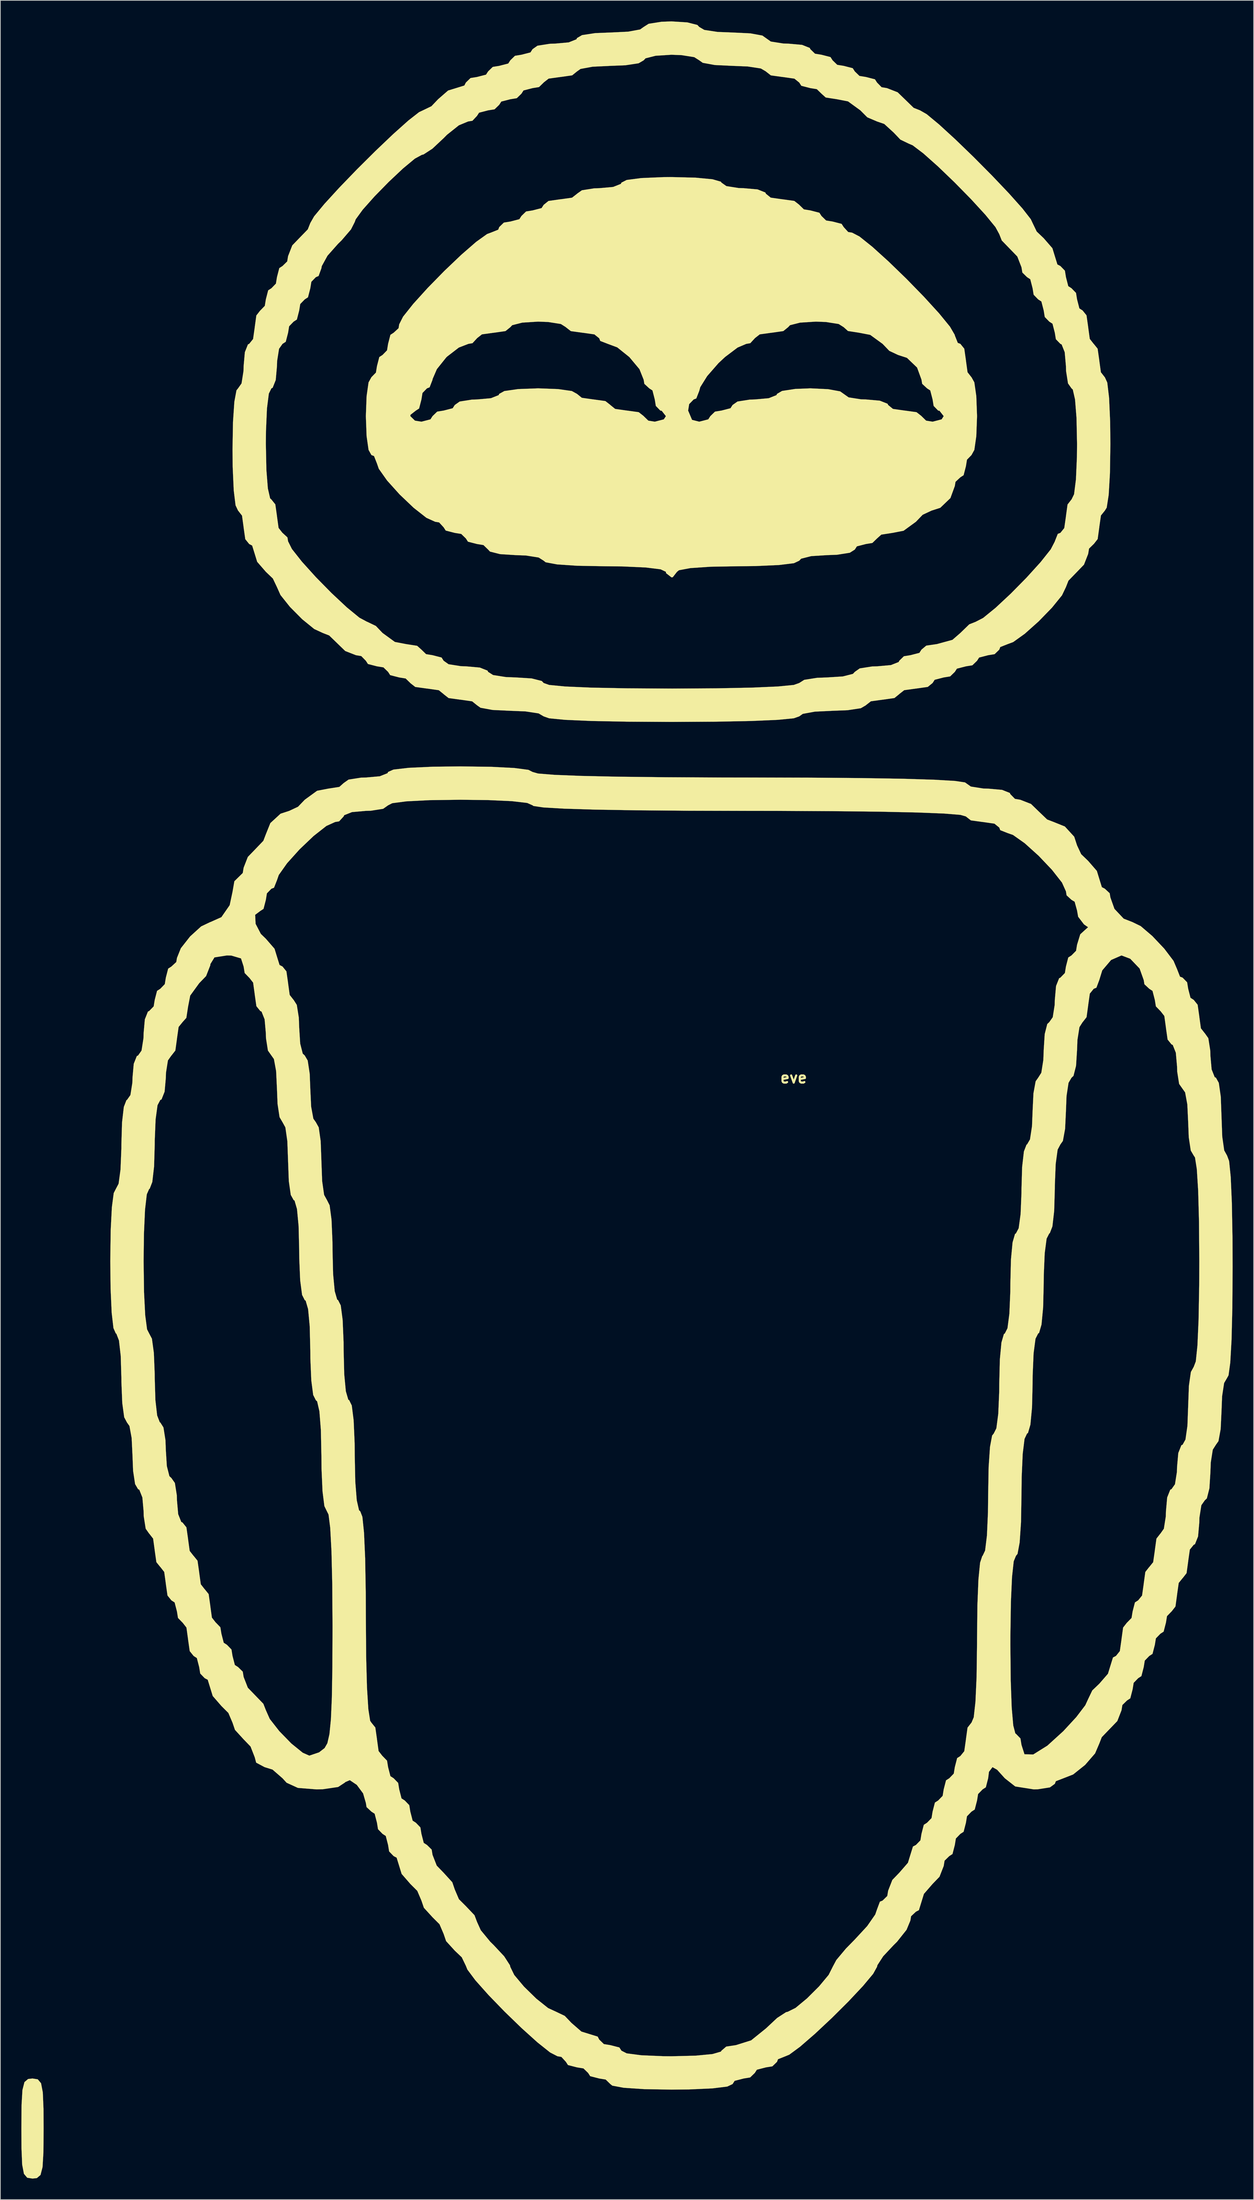
<source format=kicad_pcb>
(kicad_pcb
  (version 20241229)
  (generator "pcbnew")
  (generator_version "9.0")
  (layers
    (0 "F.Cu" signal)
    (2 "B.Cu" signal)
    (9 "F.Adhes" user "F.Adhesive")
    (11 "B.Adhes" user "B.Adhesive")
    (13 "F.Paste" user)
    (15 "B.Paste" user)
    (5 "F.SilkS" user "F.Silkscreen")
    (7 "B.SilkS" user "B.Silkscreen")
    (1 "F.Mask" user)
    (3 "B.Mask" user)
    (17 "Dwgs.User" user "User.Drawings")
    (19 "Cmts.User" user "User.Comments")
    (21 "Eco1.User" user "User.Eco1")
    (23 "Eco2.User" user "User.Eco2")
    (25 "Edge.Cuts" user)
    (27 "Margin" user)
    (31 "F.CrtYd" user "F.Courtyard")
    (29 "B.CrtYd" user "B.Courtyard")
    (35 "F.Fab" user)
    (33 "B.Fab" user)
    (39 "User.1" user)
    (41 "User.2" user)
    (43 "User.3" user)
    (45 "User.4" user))
  (footprint "eve"
    (layer "F.Cu")
    (at 110.336 150.817)
    (property "Reference" "eve" (at 0 0 0) (layer "F.SilkS") (effects (font (size 1.524 1.524) (thickness 0.3))))
    (attr through_hole)
    (fp_poly (pts (xy -107.99 142.994) (xy -107.521 143.554) (xy -107.271 144.856) (xy -107.172 147.202) (xy -107.156 150.019) (xy -107.183 153.413) (xy -107.307 155.522) (xy -107.596 156.648) (xy -108.118 157.093) (xy -108.744 157.162) (xy -109.498 157.043) (xy -109.967 156.484) (xy -110.217 155.182) (xy -110.316 152.835) (xy -110.331 150.019) (xy -110.305 146.625) (xy -110.18 144.516) (xy -109.891 143.39) (xy -109.37 142.944) (xy -108.744 142.875) (xy -107.99 142.994)) (stroke (width 0.01) (type solid)) (fill yes) (layer "F.SilkS"))
    (fp_poly (pts (xy -14.04 -128.504) (xy -11.598 -128.274) (xy -10.398 -127.925) (xy -10.319 -127.794) (xy -9.615 -127.297) (xy -7.855 -127.02) (xy -7.144 -127) (xy -5.156 -126.824) (xy -4.05 -126.384) (xy -3.969 -126.206) (xy -3.279 -125.649) (xy -1.617 -125.413) (xy -1.587 -125.412) (xy 0.084 -125.183) (xy 0.794 -124.629) (xy 0.794 -124.619) (xy 1.459 -123.974) (xy 2.381 -123.825) (xy 3.671 -123.493) (xy 3.969 -123.031) (xy 4.634 -122.386) (xy 5.556 -122.237) (xy 6.846 -121.905) (xy 7.144 -121.444) (xy 7.787 -120.741) (xy 8.346 -120.65) (xy 9.403 -120.1) (xy 11.233 -118.635) (xy 13.561 -116.529) (xy 16.111 -114.06) (xy 18.606 -111.502) (xy 20.772 -109.132) (xy 22.331 -107.225) (xy 23.01 -106.057) (xy 23.019 -105.977) (xy 23.444 -104.913) (xy 23.812 -104.775) (xy 24.37 -104.085) (xy 24.606 -102.423) (xy 24.606 -102.394) (xy 24.836 -100.722) (xy 25.39 -100.013) (xy 25.4 -100.013) (xy 25.807 -99.278) (xy 26.089 -97.311) (xy 26.194 -94.462) (xy 26.194 -94.456) (xy 26.089 -91.606) (xy 25.808 -89.637) (xy 25.401 -88.9) (xy 25.4 -88.9) (xy 24.755 -88.235) (xy 24.606 -87.312) (xy 24.274 -86.023) (xy 23.812 -85.725) (xy 23.117 -85.078) (xy 23.019 -84.478) (xy 22.391 -82.758) (xy 20.943 -81.371) (xy 19.679 -80.963) (xy 18.424 -80.374) (xy 17.462 -79.375) (xy 15.699 -78.093) (xy 14.112 -77.787) (xy 12.518 -77.541) (xy 11.906 -76.994) (xy 11.241 -76.349) (xy 10.319 -76.2) (xy 9.029 -75.868) (xy 8.731 -75.406) (xy 8.017 -74.953) (xy 6.192 -74.666) (xy 4.763 -74.612) (xy 2.499 -74.47) (xy 1.062 -74.105) (xy 0.794 -73.819) (xy 0.035 -73.461) (xy -2.107 -73.199) (xy -5.429 -73.051) (xy -7.938 -73.025) (xy -11.877 -72.956) (xy -14.76 -72.761) (xy -16.384 -72.459) (xy -16.669 -72.231) (xy -17.273 -71.461) (xy -17.462 -71.438) (xy -18.233 -72.042) (xy -18.256 -72.231) (xy -19.015 -72.589) (xy -21.157 -72.851) (xy -24.479 -72.999) (xy -26.988 -73.025) (xy -30.927 -73.094) (xy -33.81 -73.289) (xy -35.434 -73.591) (xy -35.719 -73.819) (xy -36.433 -74.272) (xy -38.258 -74.559) (xy -39.688 -74.612) (xy -41.951 -74.755) (xy -43.388 -75.12) (xy -43.656 -75.406) (xy -44.321 -76.051) (xy -45.244 -76.2) (xy -46.534 -76.532) (xy -46.831 -76.994) (xy -47.496 -77.639) (xy -48.419 -77.787) (xy -49.709 -78.12) (xy -50.006 -78.581) (xy -50.651 -79.282) (xy -51.218 -79.375) (xy -52.469 -79.94) (xy -54.293 -81.371) (xy -56.297 -83.277) (xy -58.088 -85.265) (xy -59.272 -86.94) (xy -59.531 -87.688) (xy -59.953 -88.758) (xy -60.325 -88.9) (xy -60.732 -89.634) (xy -61.014 -91.602) (xy -61.119 -94.451) (xy -61.119 -94.456) (xy -54.769 -94.456) (xy -54.104 -93.811) (xy -53.181 -93.662) (xy -51.891 -93.995) (xy -51.594 -94.456) (xy -50.929 -95.101) (xy -50.006 -95.25) (xy -48.716 -95.582) (xy -48.419 -96.044) (xy -47.715 -96.541) (xy -45.955 -96.817) (xy -45.244 -96.838) (xy -43.256 -97.014) (xy -42.15 -97.453) (xy -42.069 -97.631) (xy -41.335 -98.038) (xy -39.367 -98.32) (xy -36.518 -98.425) (xy -36.513 -98.425) (xy -33.662 -98.32) (xy -31.693 -98.039) (xy -30.956 -97.632) (xy -30.956 -97.631) (xy -30.267 -97.074) (xy -28.605 -96.838) (xy -28.575 -96.838) (xy -26.903 -96.608) (xy -26.194 -96.054) (xy -26.194 -96.044) (xy -25.504 -95.486) (xy -23.842 -95.25) (xy -23.812 -95.25) (xy -22.141 -95.02) (xy -21.431 -94.466) (xy -21.431 -94.456) (xy -20.766 -93.811) (xy -19.844 -93.662) (xy -18.554 -93.995) (xy -18.256 -94.456) (xy -18.86 -95.227) (xy -19.05 -95.25) (xy -15.081 -95.25) (xy -14.52 -93.923) (xy -13.494 -93.662) (xy -12.204 -93.995) (xy -11.906 -94.456) (xy -11.241 -95.101) (xy -10.319 -95.25) (xy -9.029 -95.582) (xy -8.731 -96.044) (xy -8.027 -96.541) (xy -6.268 -96.817) (xy -5.556 -96.838) (xy -3.568 -97.014) (xy -2.462 -97.453) (xy -2.381 -97.631) (xy -1.658 -98.054) (xy 0.23 -98.341) (xy 2.381 -98.425) (xy 4.918 -98.305) (xy 6.638 -97.99) (xy 7.144 -97.631) (xy 7.848 -97.134) (xy 9.607 -96.858) (xy 10.319 -96.838) (xy 12.307 -96.661) (xy 13.413 -96.222) (xy 13.494 -96.044) (xy 14.183 -95.486) (xy 15.845 -95.25) (xy 15.875 -95.25) (xy 17.547 -95.02) (xy 18.256 -94.466) (xy 18.256 -94.456) (xy 18.921 -93.811) (xy 19.844 -93.662) (xy 21.134 -93.995) (xy 21.431 -94.456) (xy 20.827 -95.227) (xy 20.637 -95.25) (xy 19.993 -95.915) (xy 19.844 -96.838) (xy 19.511 -98.127) (xy 19.05 -98.425) (xy 18.355 -99.072) (xy 18.256 -99.672) (xy 17.628 -101.392) (xy 16.18 -102.779) (xy 14.916 -103.188) (xy 13.661 -103.776) (xy 12.7 -104.775) (xy 10.936 -106.057) (xy 9.35 -106.362) (xy 7.755 -106.609) (xy 7.144 -107.156) (xy 6.43 -107.609) (xy 4.605 -107.896) (xy 3.175 -107.95) (xy 0.911 -107.807) (xy -0.526 -107.442) (xy -0.794 -107.156) (xy -1.483 -106.599) (xy -3.145 -106.363) (xy -3.175 -106.362) (xy -4.847 -106.133) (xy -5.556 -105.579) (xy -5.556 -105.569) (xy -6.201 -104.869) (xy -6.773 -104.775) (xy -8.017 -104.246) (xy -9.797 -102.904) (xy -10.742 -102.023) (xy -12.359 -100.173) (xy -13.348 -98.59) (xy -13.494 -98.055) (xy -13.914 -96.981) (xy -14.287 -96.838) (xy -14.932 -96.173) (xy -15.081 -95.25) (xy -19.05 -95.25) (xy -19.695 -95.915) (xy -19.844 -96.838) (xy -20.176 -98.127) (xy -20.637 -98.425) (xy -21.336 -99.07) (xy -21.431 -99.652) (xy -22.034 -101.162) (xy -23.476 -102.887) (xy -25.204 -104.273) (xy -26.555 -104.775) (xy -27.634 -105.193) (xy -27.781 -105.569) (xy -28.471 -106.126) (xy -30.133 -106.362) (xy -30.163 -106.362) (xy -31.834 -106.592) (xy -32.544 -107.146) (xy -32.544 -107.156) (xy -33.258 -107.609) (xy -35.083 -107.896) (xy -36.513 -107.95) (xy -38.776 -107.807) (xy -40.213 -107.442) (xy -40.481 -107.156) (xy -41.171 -106.599) (xy -42.833 -106.363) (xy -42.862 -106.362) (xy -44.534 -106.133) (xy -45.244 -105.579) (xy -45.244 -105.569) (xy -45.889 -104.87) (xy -46.47 -104.775) (xy -47.835 -104.248) (xy -49.504 -102.965) (xy -49.645 -102.827) (xy -50.975 -101.165) (xy -51.589 -99.744) (xy -51.594 -99.652) (xy -52.011 -98.572) (xy -52.388 -98.425) (xy -53.032 -97.76) (xy -53.181 -96.838) (xy -53.514 -95.548) (xy -53.975 -95.25) (xy -54.746 -94.646) (xy -54.769 -94.456) (xy -61.119 -94.456) (xy -61.014 -97.306) (xy -60.733 -99.276) (xy -60.326 -100.012) (xy -60.325 -100.013) (xy -59.68 -100.677) (xy -59.531 -101.6) (xy -59.199 -102.89) (xy -58.737 -103.188) (xy -58.093 -103.852) (xy -57.944 -104.775) (xy -57.611 -106.065) (xy -57.15 -106.362) (xy -56.448 -107.006) (xy -56.356 -107.566) (xy -55.805 -108.656) (xy -54.347 -110.488) (xy -52.279 -112.768) (xy -49.895 -115.2) (xy -47.49 -117.489) (xy -45.361 -119.339) (xy -43.801 -120.455) (xy -43.272 -120.65) (xy -42.208 -121.075) (xy -42.069 -121.444) (xy -41.404 -122.089) (xy -40.481 -122.237) (xy -39.191 -122.57) (xy -38.894 -123.031) (xy -38.229 -123.676) (xy -37.306 -123.825) (xy -36.016 -124.157) (xy -35.719 -124.619) (xy -35.029 -125.176) (xy -33.367 -125.412) (xy -33.337 -125.412) (xy -31.666 -125.642) (xy -30.956 -126.196) (xy -30.956 -126.206) (xy -30.252 -126.703) (xy -28.493 -126.98) (xy -27.781 -127) (xy -25.793 -127.176) (xy -24.687 -127.616) (xy -24.606 -127.794) (xy -23.857 -128.174) (xy -21.783 -128.445) (xy -18.644 -128.579) (xy -17.462 -128.588) (xy -14.04 -128.504)) (stroke (width 0.01) (type solid)) (fill yes) (layer "F.SilkS"))
    (fp_poly (pts (xy -15.199 -150.67) (xy -13.762 -150.305) (xy -13.494 -150.019) (xy -12.771 -149.596) (xy -10.882 -149.309) (xy -8.731 -149.225) (xy -6.194 -149.105) (xy -4.475 -148.79) (xy -3.969 -148.431) (xy -3.265 -147.934) (xy -1.505 -147.658) (xy -0.794 -147.637) (xy 1.194 -147.461) (xy 2.3 -147.022) (xy 2.381 -146.844) (xy 3.046 -146.199) (xy 3.969 -146.05) (xy 5.259 -145.718) (xy 5.556 -145.256) (xy 6.221 -144.611) (xy 7.144 -144.463) (xy 8.434 -144.13) (xy 8.731 -143.669) (xy 9.396 -143.024) (xy 10.319 -142.875) (xy 11.609 -142.543) (xy 11.906 -142.081) (xy 12.563 -141.412) (xy 13.319 -141.287) (xy 14.853 -140.689) (xy 15.875 -139.7) (xy 17.14 -138.47) (xy 18.045 -138.113) (xy 18.998 -137.568) (xy 20.761 -136.108) (xy 23.075 -133.99) (xy 25.683 -131.472) (xy 28.324 -128.813) (xy 30.742 -126.272) (xy 32.678 -124.106) (xy 33.873 -122.574) (xy 34.131 -122.026) (xy 34.718 -120.809) (xy 35.719 -119.856) (xy 36.959 -118.43) (xy 37.306 -117.3) (xy 37.675 -116.108) (xy 38.1 -115.888) (xy 38.745 -115.223) (xy 38.894 -114.3) (xy 39.226 -113.01) (xy 39.688 -112.713) (xy 40.332 -112.048) (xy 40.481 -111.125) (xy 40.814 -109.835) (xy 41.275 -109.537) (xy 41.832 -108.848) (xy 42.069 -107.186) (xy 42.069 -107.156) (xy 42.299 -105.484) (xy 42.853 -104.775) (xy 42.862 -104.775) (xy 43.42 -104.085) (xy 43.656 -102.423) (xy 43.656 -102.394) (xy 43.886 -100.722) (xy 44.44 -100.013) (xy 44.45 -100.013) (xy 44.798 -99.25) (xy 45.056 -97.083) (xy 45.208 -93.694) (xy 45.244 -90.487) (xy 45.18 -86.306) (xy 45 -83.213) (xy 44.717 -81.389) (xy 44.45 -80.963) (xy 43.893 -80.273) (xy 43.656 -78.611) (xy 43.656 -78.581) (xy 43.426 -76.909) (xy 42.872 -76.2) (xy 42.862 -76.2) (xy 42.193 -75.544) (xy 42.069 -74.788) (xy 41.47 -73.253) (xy 40.481 -72.231) (xy 39.251 -70.962) (xy 38.894 -70.051) (xy 38.33 -68.872) (xy 36.9 -67.112) (xy 34.998 -65.156) (xy 33.018 -63.39) (xy 31.353 -62.198) (xy 30.58 -61.913) (xy 29.511 -61.49) (xy 29.369 -61.119) (xy 28.704 -60.474) (xy 27.781 -60.325) (xy 26.491 -59.993) (xy 26.194 -59.531) (xy 25.529 -58.886) (xy 24.606 -58.737) (xy 23.316 -58.405) (xy 23.019 -57.944) (xy 22.354 -57.299) (xy 21.431 -57.15) (xy 20.141 -56.818) (xy 19.844 -56.356) (xy 19.154 -55.799) (xy 17.492 -55.563) (xy 17.462 -55.562) (xy 15.791 -55.333) (xy 15.081 -54.779) (xy 15.081 -54.769) (xy 14.392 -54.211) (xy 12.73 -53.975) (xy 12.7 -53.975) (xy 11.028 -53.745) (xy 10.319 -53.191) (xy 10.319 -53.181) (xy 9.596 -52.758) (xy 7.707 -52.472) (xy 5.556 -52.388) (xy 3.019 -52.267) (xy 1.3 -51.952) (xy 0.794 -51.594) (xy 0.013 -51.317) (xy -2.278 -51.096) (xy -6.003 -50.934) (xy -11.087 -50.834) (xy -17.453 -50.8) (xy -17.462 -50.8) (xy -23.83 -50.834) (xy -28.915 -50.934) (xy -32.643 -51.096) (xy -34.936 -51.317) (xy -35.719 -51.593) (xy -35.719 -51.594) (xy -36.442 -52.017) (xy -38.33 -52.303) (xy -40.481 -52.388) (xy -43.018 -52.508) (xy -44.738 -52.823) (xy -45.244 -53.181) (xy -45.933 -53.739) (xy -47.595 -53.975) (xy -47.625 -53.975) (xy -49.297 -54.205) (xy -50.006 -54.759) (xy -50.006 -54.769) (xy -50.696 -55.326) (xy -52.358 -55.562) (xy -52.388 -55.562) (xy -54.059 -55.792) (xy -54.769 -56.346) (xy -54.769 -56.356) (xy -55.434 -57.001) (xy -56.356 -57.15) (xy -57.646 -57.482) (xy -57.944 -57.944) (xy -58.609 -58.589) (xy -59.531 -58.737) (xy -60.821 -59.07) (xy -61.119 -59.531) (xy -61.775 -60.201) (xy -62.531 -60.325) (xy -64.066 -60.924) (xy -65.088 -61.913) (xy -66.359 -63.143) (xy -67.274 -63.5) (xy -68.493 -64.063) (xy -70.206 -65.454) (xy -71.964 -67.222) (xy -73.317 -68.918) (xy -73.819 -70.045) (xy -74.406 -71.276) (xy -75.406 -72.231) (xy -76.646 -73.658) (xy -76.994 -74.788) (xy -77.363 -75.979) (xy -77.787 -76.2) (xy -78.345 -76.89) (xy -78.581 -78.552) (xy -78.581 -78.581) (xy -78.811 -80.253) (xy -79.365 -80.962) (xy -79.375 -80.963) (xy -79.733 -81.721) (xy -79.995 -83.863) (xy -80.143 -87.185) (xy -80.169 -89.694) (xy -80.155 -90.487) (xy -75.406 -90.487) (xy -75.331 -86.8) (xy -75.12 -84.134) (xy -74.796 -82.718) (xy -74.612 -82.55) (xy -74.055 -81.86) (xy -73.819 -80.198) (xy -73.819 -80.169) (xy -73.589 -78.497) (xy -73.035 -77.788) (xy -73.025 -77.787) (xy -72.323 -77.144) (xy -72.231 -76.582) (xy -71.685 -75.491) (xy -70.258 -73.683) (xy -68.265 -71.478) (xy -66.021 -69.196) (xy -63.841 -67.157) (xy -62.041 -65.681) (xy -60.935 -65.088) (xy -60.912 -65.088) (xy -59.691 -64.501) (xy -58.737 -63.5) (xy -56.974 -62.218) (xy -55.387 -61.913) (xy -53.793 -61.666) (xy -53.181 -61.119) (xy -52.516 -60.474) (xy -51.594 -60.325) (xy -50.304 -59.993) (xy -50.006 -59.531) (xy -49.302 -59.034) (xy -47.543 -58.758) (xy -46.831 -58.737) (xy -44.843 -58.561) (xy -43.737 -58.122) (xy -43.656 -57.944) (xy -42.942 -57.491) (xy -41.117 -57.204) (xy -39.688 -57.15) (xy -37.424 -57.007) (xy -35.987 -56.642) (xy -35.719 -56.356) (xy -34.938 -56.079) (xy -32.647 -55.858) (xy -28.922 -55.696) (xy -23.838 -55.597) (xy -17.472 -55.563) (xy -17.462 -55.562) (xy -11.095 -55.596) (xy -6.01 -55.696) (xy -2.282 -55.858) (xy 0.011 -56.079) (xy 0.794 -56.356) (xy 0.794 -56.356) (xy 1.508 -56.809) (xy 3.333 -57.096) (xy 4.763 -57.15) (xy 7.026 -57.293) (xy 8.463 -57.658) (xy 8.731 -57.944) (xy 9.435 -58.441) (xy 11.195 -58.717) (xy 11.906 -58.737) (xy 13.894 -58.914) (xy 15 -59.353) (xy 15.081 -59.531) (xy 15.746 -60.176) (xy 16.669 -60.325) (xy 17.959 -60.657) (xy 18.256 -61.119) (xy 18.942 -61.693) (xy 20.462 -61.913) (xy 22.679 -62.517) (xy 23.812 -63.5) (xy 25.08 -64.73) (xy 25.987 -65.088) (xy 27.061 -65.642) (xy 28.841 -67.091) (xy 31.013 -69.115) (xy 33.26 -71.394) (xy 35.268 -73.608) (xy 36.722 -75.436) (xy 37.305 -76.559) (xy 37.306 -76.582) (xy 37.73 -77.648) (xy 38.1 -77.787) (xy 38.657 -78.477) (xy 38.894 -80.139) (xy 38.894 -80.169) (xy 39.124 -81.841) (xy 39.678 -82.55) (xy 39.688 -82.55) (xy 40.056 -83.305) (xy 40.323 -85.416) (xy 40.464 -88.656) (xy 40.481 -90.487) (xy 40.406 -94.175) (xy 40.195 -96.841) (xy 39.871 -98.257) (xy 39.688 -98.425) (xy 39.19 -99.129) (xy 38.914 -100.888) (xy 38.894 -101.6) (xy 38.718 -103.588) (xy 38.278 -104.694) (xy 38.1 -104.775) (xy 37.455 -105.44) (xy 37.306 -106.362) (xy 36.974 -107.652) (xy 36.513 -107.95) (xy 35.868 -108.615) (xy 35.719 -109.537) (xy 35.386 -110.827) (xy 34.925 -111.125) (xy 34.28 -111.79) (xy 34.131 -112.713) (xy 33.799 -114.002) (xy 33.337 -114.3) (xy 32.668 -114.956) (xy 32.544 -115.712) (xy 31.945 -117.247) (xy 30.956 -118.269) (xy 29.726 -119.535) (xy 29.369 -120.441) (xy 28.823 -121.444) (xy 27.381 -123.206) (xy 25.337 -125.432) (xy 22.983 -127.83) (xy 20.613 -130.106) (xy 18.521 -131.967) (xy 16.999 -133.12) (xy 16.46 -133.35) (xy 15.241 -133.937) (xy 14.287 -134.938) (xy 12.935 -136.173) (xy 11.906 -136.525) (xy 10.516 -137.118) (xy 9.525 -138.113) (xy 7.761 -139.394) (xy 6.175 -139.7) (xy 4.58 -139.947) (xy 3.969 -140.494) (xy 3.304 -141.139) (xy 2.381 -141.287) (xy 1.091 -141.62) (xy 0.794 -142.081) (xy 0.104 -142.639) (xy -1.558 -142.875) (xy -1.587 -142.875) (xy -3.259 -143.105) (xy -3.969 -143.659) (xy -3.969 -143.669) (xy -4.692 -144.092) (xy -6.58 -144.378) (xy -8.731 -144.463) (xy -11.268 -144.583) (xy -12.988 -144.898) (xy -13.494 -145.256) (xy -14.208 -145.709) (xy -16.033 -145.996) (xy -17.462 -146.05) (xy -19.726 -145.907) (xy -21.163 -145.542) (xy -21.431 -145.256) (xy -22.154 -144.833) (xy -24.043 -144.547) (xy -26.194 -144.463) (xy -28.731 -144.342) (xy -30.45 -144.027) (xy -30.956 -143.669) (xy -31.646 -143.111) (xy -33.308 -142.875) (xy -33.337 -142.875) (xy -35.009 -142.645) (xy -35.719 -142.091) (xy -35.719 -142.081) (xy -36.384 -141.436) (xy -37.306 -141.287) (xy -38.596 -140.955) (xy -38.894 -140.494) (xy -39.559 -139.849) (xy -40.481 -139.7) (xy -41.771 -139.368) (xy -42.069 -138.906) (xy -42.734 -138.261) (xy -43.656 -138.113) (xy -44.946 -137.78) (xy -45.244 -137.319) (xy -45.892 -136.627) (xy -46.513 -136.525) (xy -47.828 -135.98) (xy -49.533 -134.623) (xy -50.006 -134.144) (xy -51.609 -132.642) (xy -52.88 -131.817) (xy -53.12 -131.762) (xy -54.117 -131.219) (xy -55.806 -129.819) (xy -57.841 -127.906) (xy -59.877 -125.828) (xy -61.569 -123.928) (xy -62.571 -122.552) (xy -62.706 -122.176) (xy -63.243 -121.114) (xy -64.58 -119.557) (xy -65.088 -119.062) (xy -66.6 -117.359) (xy -67.42 -115.87) (xy -67.469 -115.569) (xy -67.874 -114.463) (xy -68.263 -114.3) (xy -68.907 -113.635) (xy -69.056 -112.713) (xy -69.389 -111.423) (xy -69.85 -111.125) (xy -70.495 -110.46) (xy -70.644 -109.537) (xy -70.976 -108.248) (xy -71.438 -107.95) (xy -72.082 -107.285) (xy -72.231 -106.362) (xy -72.564 -105.073) (xy -73.025 -104.775) (xy -73.522 -104.071) (xy -73.799 -102.312) (xy -73.819 -101.6) (xy -73.995 -99.612) (xy -74.435 -98.506) (xy -74.612 -98.425) (xy -74.981 -97.67) (xy -75.248 -95.559) (xy -75.389 -92.319) (xy -75.406 -90.487) (xy -80.155 -90.487) (xy -80.1 -93.633) (xy -79.905 -96.516) (xy -79.603 -98.14) (xy -79.375 -98.425) (xy -78.878 -99.129) (xy -78.601 -100.888) (xy -78.581 -101.6) (xy -78.405 -103.588) (xy -77.965 -104.694) (xy -77.787 -104.775) (xy -77.23 -105.465) (xy -76.994 -107.127) (xy -76.994 -107.156) (xy -76.764 -108.828) (xy -76.21 -109.537) (xy -76.2 -109.537) (xy -75.555 -110.202) (xy -75.406 -111.125) (xy -75.074 -112.415) (xy -74.612 -112.713) (xy -73.968 -113.377) (xy -73.819 -114.3) (xy -73.486 -115.59) (xy -73.025 -115.888) (xy -72.355 -116.544) (xy -72.231 -117.3) (xy -71.632 -118.834) (xy -70.644 -119.856) (xy -69.414 -121.122) (xy -69.056 -122.026) (xy -68.512 -122.979) (xy -67.052 -124.742) (xy -64.933 -127.057) (xy -62.416 -129.664) (xy -59.757 -132.306) (xy -57.215 -134.724) (xy -55.049 -136.659) (xy -53.518 -137.855) (xy -52.97 -138.113) (xy -51.753 -138.699) (xy -50.8 -139.7) (xy -49.374 -140.94) (xy -48.244 -141.287) (xy -47.052 -141.656) (xy -46.831 -142.081) (xy -46.166 -142.726) (xy -45.244 -142.875) (xy -43.954 -143.207) (xy -43.656 -143.669) (xy -42.991 -144.314) (xy -42.069 -144.463) (xy -40.779 -144.795) (xy -40.481 -145.256) (xy -39.816 -145.901) (xy -38.894 -146.05) (xy -37.604 -146.382) (xy -37.306 -146.844) (xy -36.602 -147.341) (xy -34.843 -147.617) (xy -34.131 -147.637) (xy -32.143 -147.814) (xy -31.037 -148.253) (xy -30.956 -148.431) (xy -30.233 -148.854) (xy -28.345 -149.141) (xy -26.194 -149.225) (xy -23.657 -149.345) (xy -21.937 -149.66) (xy -21.431 -150.019) (xy -20.717 -150.472) (xy -18.892 -150.759) (xy -17.462 -150.812) (xy -15.199 -150.67)) (stroke (width 0.01) (type solid)) (fill yes) (layer "F.SilkS"))
    (fp_poly (pts (xy -43.212 -44.391) (xy -39.914 -44.223) (xy -37.895 -43.958) (xy -37.306 -43.656) (xy -36.519 -43.432) (xy -34.18 -43.244) (xy -30.327 -43.092) (xy -24.996 -42.978) (xy -18.223 -42.902) (xy -10.044 -42.866) (xy -6.35 -42.862) (xy 2.387 -42.842) (xy 9.732 -42.782) (xy 15.65 -42.684) (xy 20.104 -42.547) (xy 23.059 -42.373) (xy 24.477 -42.163) (xy 24.606 -42.069) (xy 25.31 -41.572) (xy 27.07 -41.295) (xy 27.781 -41.275) (xy 29.769 -41.099) (xy 30.875 -40.659) (xy 30.956 -40.481) (xy 31.613 -39.812) (xy 32.369 -39.688) (xy 33.903 -39.089) (xy 34.925 -38.1) (xy 36.209 -36.869) (xy 37.141 -36.513) (xy 38.739 -35.869) (xy 40.076 -34.413) (xy 40.481 -33.173) (xy 41.069 -31.917) (xy 42.069 -30.956) (xy 43.309 -29.53) (xy 43.656 -28.4) (xy 44.025 -27.208) (xy 44.45 -26.988) (xy 45.145 -26.341) (xy 45.244 -25.74) (xy 45.824 -24.109) (xy 47.146 -22.709) (xy 48.389 -22.225) (xy 49.572 -21.651) (xy 51.234 -20.233) (xy 52.943 -18.427) (xy 54.265 -16.687) (xy 54.769 -15.505) (xy 55.189 -14.431) (xy 55.562 -14.287) (xy 56.207 -13.623) (xy 56.356 -12.7) (xy 56.689 -11.41) (xy 57.15 -11.113) (xy 57.707 -10.423) (xy 57.944 -8.761) (xy 57.944 -8.731) (xy 58.174 -7.059) (xy 58.728 -6.35) (xy 58.737 -6.35) (xy 59.235 -5.646) (xy 59.511 -3.887) (xy 59.531 -3.175) (xy 59.707 -1.187) (xy 60.147 -0.081) (xy 60.325 0) (xy 60.732 0.734) (xy 61.014 2.702) (xy 61.119 5.551) (xy 61.119 5.556) (xy 61.224 8.406) (xy 61.505 10.376) (xy 61.912 11.112) (xy 61.913 11.113) (xy 62.204 11.89) (xy 62.434 14.162) (xy 62.596 17.837) (xy 62.688 22.82) (xy 62.706 26.988) (xy 62.667 32.824) (xy 62.554 37.414) (xy 62.37 40.666) (xy 62.121 42.488) (xy 61.913 42.862) (xy 61.49 43.585) (xy 61.203 45.474) (xy 61.119 47.625) (xy 60.998 50.162) (xy 60.683 51.882) (xy 60.325 52.388) (xy 59.872 53.101) (xy 59.585 54.927) (xy 59.531 56.356) (xy 59.388 58.62) (xy 59.023 60.057) (xy 58.737 60.325) (xy 58.24 61.029) (xy 57.964 62.788) (xy 57.944 63.5) (xy 57.768 65.488) (xy 57.328 66.594) (xy 57.15 66.675) (xy 56.593 67.365) (xy 56.356 69.027) (xy 56.356 69.056) (xy 56.126 70.728) (xy 55.572 71.437) (xy 55.562 71.438) (xy 55.005 72.127) (xy 54.769 73.789) (xy 54.769 73.819) (xy 54.539 75.491) (xy 53.985 76.2) (xy 53.975 76.2) (xy 53.33 76.865) (xy 53.181 77.787) (xy 52.849 79.077) (xy 52.388 79.375) (xy 51.743 80.04) (xy 51.594 80.963) (xy 51.261 82.252) (xy 50.8 82.55) (xy 50.155 83.215) (xy 50.006 84.138) (xy 49.674 85.427) (xy 49.212 85.725) (xy 48.568 86.39) (xy 48.419 87.312) (xy 48.086 88.602) (xy 47.625 88.9) (xy 46.955 89.556) (xy 46.831 90.312) (xy 46.232 91.847) (xy 45.244 92.869) (xy 44.013 94.145) (xy 43.656 95.064) (xy 43.058 96.462) (xy 41.63 98.108) (xy 39.925 99.469) (xy 38.533 100.013) (xy 37.454 100.43) (xy 37.306 100.806) (xy 36.605 101.315) (xy 34.864 101.586) (xy 34.306 101.6) (xy 31.651 101.181) (xy 30.163 100.013) (xy 29.061 98.794) (xy 28.4 98.425) (xy 27.897 99.091) (xy 27.781 100.013) (xy 27.449 101.302) (xy 26.988 101.6) (xy 26.343 102.265) (xy 26.194 103.188) (xy 25.861 104.477) (xy 25.4 104.775) (xy 24.755 105.44) (xy 24.606 106.362) (xy 24.274 107.652) (xy 23.812 107.95) (xy 23.168 108.615) (xy 23.019 109.537) (xy 22.686 110.827) (xy 22.225 111.125) (xy 21.555 111.781) (xy 21.431 112.537) (xy 20.832 114.072) (xy 19.844 115.094) (xy 18.604 116.52) (xy 18.256 117.65) (xy 17.887 118.842) (xy 17.462 119.062) (xy 16.771 119.711) (xy 16.669 120.332) (xy 16.123 121.647) (xy 14.766 123.352) (xy 14.287 123.825) (xy 12.786 125.427) (xy 11.961 126.695) (xy 11.906 126.934) (xy 11.354 127.931) (xy 9.895 129.675) (xy 7.826 131.876) (xy 5.443 134.245) (xy 3.042 136.494) (xy 0.921 138.332) (xy -0.626 139.471) (xy -1.178 139.7) (xy -2.242 140.125) (xy -2.381 140.494) (xy -3.046 141.139) (xy -3.969 141.287) (xy -5.259 141.62) (xy -5.556 142.081) (xy -6.221 142.726) (xy -7.144 142.875) (xy -8.434 143.207) (xy -8.731 143.669) (xy -9.49 144.027) (xy -11.632 144.289) (xy -14.954 144.437) (xy -17.462 144.463) (xy -21.402 144.393) (xy -24.285 144.199) (xy -25.909 143.897) (xy -26.194 143.669) (xy -26.859 143.024) (xy -27.781 142.875) (xy -29.071 142.543) (xy -29.369 142.081) (xy -30.034 141.436) (xy -30.956 141.287) (xy -32.246 140.955) (xy -32.544 140.494) (xy -33.188 139.792) (xy -33.747 139.7) (xy -34.8 139.156) (xy -36.608 137.717) (xy -38.874 135.676) (xy -41.304 133.324) (xy -43.602 130.954) (xy -45.471 128.858) (xy -46.615 127.326) (xy -46.831 126.791) (xy -47.418 125.572) (xy -48.419 124.619) (xy -49.654 123.266) (xy -50.006 122.237) (xy -50.6 120.847) (xy -51.594 119.856) (xy -52.829 118.504) (xy -53.181 117.475) (xy -53.775 116.085) (xy -54.769 115.094) (xy -56.009 113.667) (xy -56.356 112.537) (xy -56.725 111.346) (xy -57.15 111.125) (xy -57.795 110.46) (xy -57.944 109.537) (xy -58.276 108.248) (xy -58.737 107.95) (xy -59.382 107.285) (xy -59.531 106.362) (xy -59.864 105.073) (xy -60.325 104.775) (xy -61.02 104.128) (xy -61.119 103.528) (xy -61.514 102.172) (xy -62.418 100.953) (xy -63.414 100.282) (xy -64.08 100.568) (xy -64.098 100.615) (xy -65.082 101.259) (xy -67.282 101.58) (xy -68.153 101.6) (xy -70.824 101.389) (xy -72.443 100.65) (xy -73.025 100.013) (xy -74.451 98.773) (xy -75.581 98.425) (xy -76.789 97.783) (xy -76.994 97.013) (xy -77.593 95.478) (xy -78.581 94.456) (xy -79.817 93.104) (xy -80.169 92.075) (xy -80.762 90.685) (xy -81.756 89.694) (xy -82.996 88.267) (xy -83.344 87.137) (xy -83.713 85.946) (xy -84.138 85.725) (xy -84.782 85.06) (xy -84.931 84.138) (xy -85.264 82.848) (xy -85.725 82.55) (xy -86.282 81.86) (xy -86.519 80.198) (xy -86.519 80.169) (xy -86.749 78.497) (xy -87.303 77.788) (xy -87.312 77.787) (xy -87.957 77.123) (xy -88.106 76.2) (xy -88.439 74.91) (xy -88.9 74.612) (xy -89.457 73.923) (xy -89.694 72.261) (xy -89.694 72.231) (xy -89.924 70.559) (xy -90.478 69.85) (xy -90.487 69.85) (xy -91.045 69.16) (xy -91.281 67.498) (xy -91.281 67.469) (xy -91.511 65.797) (xy -92.065 65.088) (xy -92.075 65.088) (xy -92.572 64.383) (xy -92.849 62.624) (xy -92.869 61.913) (xy -93.045 59.924) (xy -93.485 58.818) (xy -93.662 58.737) (xy -94.085 58.015) (xy -94.372 56.126) (xy -94.456 53.975) (xy -94.577 51.438) (xy -94.892 49.718) (xy -95.25 49.212) (xy -95.643 48.47) (xy -95.919 46.442) (xy -96.041 43.431) (xy -96.044 42.862) (xy -96.137 39.718) (xy -96.39 37.508) (xy -96.766 36.534) (xy -96.838 36.513) (xy -97.177 35.747) (xy -97.431 33.559) (xy -97.586 30.113) (xy -97.631 26.194) (xy -92.869 26.194) (xy -92.81 30.607) (xy -92.642 33.905) (xy -92.376 35.924) (xy -92.075 36.513) (xy -91.682 37.255) (xy -91.406 39.283) (xy -91.284 42.294) (xy -91.281 42.862) (xy -91.188 46.007) (xy -90.935 48.217) (xy -90.559 49.191) (xy -90.487 49.212) (xy -90.035 49.926) (xy -89.747 51.752) (xy -89.694 53.181) (xy -89.551 55.445) (xy -89.186 56.882) (xy -88.9 57.15) (xy -88.403 57.854) (xy -88.126 59.613) (xy -88.106 60.325) (xy -87.93 62.313) (xy -87.49 63.419) (xy -87.312 63.5) (xy -86.755 64.19) (xy -86.519 65.852) (xy -86.519 65.881) (xy -86.289 67.553) (xy -85.735 68.262) (xy -85.725 68.263) (xy -85.168 68.952) (xy -84.931 70.614) (xy -84.931 70.644) (xy -84.701 72.316) (xy -84.147 73.025) (xy -84.138 73.025) (xy -83.58 73.715) (xy -83.344 75.377) (xy -83.344 75.406) (xy -83.114 77.078) (xy -82.56 77.787) (xy -82.55 77.787) (xy -81.905 78.452) (xy -81.756 79.375) (xy -81.424 80.665) (xy -80.963 80.963) (xy -80.318 81.627) (xy -80.169 82.55) (xy -79.836 83.84) (xy -79.375 84.138) (xy -78.705 84.794) (xy -78.581 85.55) (xy -77.982 87.084) (xy -76.994 88.106) (xy -75.764 89.377) (xy -75.406 90.288) (xy -74.852 91.536) (xy -73.488 93.28) (xy -71.767 95.047) (xy -70.138 96.366) (xy -69.198 96.783) (xy -67.804 96.313) (xy -67.015 95.704) (xy -66.617 95.009) (xy -66.32 93.701) (xy -66.11 91.586) (xy -65.976 88.471) (xy -65.903 84.162) (xy -65.881 78.466) (xy -65.881 78.241) (xy -65.919 72.301) (xy -66.03 67.614) (xy -66.209 64.269) (xy -66.452 62.355) (xy -66.675 61.913) (xy -67.044 61.158) (xy -67.31 59.046) (xy -67.452 55.807) (xy -67.469 53.975) (xy -67.544 50.288) (xy -67.755 47.622) (xy -68.079 46.206) (xy -68.263 46.038) (xy -68.643 45.288) (xy -68.914 43.214) (xy -69.047 40.075) (xy -69.056 38.894) (xy -69.14 35.471) (xy -69.37 33.029) (xy -69.719 31.829) (xy -69.85 31.75) (xy -70.23 31.001) (xy -70.502 28.926) (xy -70.635 25.788) (xy -70.644 24.606) (xy -70.727 21.183) (xy -70.957 18.742) (xy -71.306 17.542) (xy -71.438 17.462) (xy -71.845 16.728) (xy -72.126 14.761) (xy -72.231 11.912) (xy -72.231 11.906) (xy -72.336 9.056) (xy -72.617 7.087) (xy -73.024 6.35) (xy -73.025 6.35) (xy -73.448 5.627) (xy -73.734 3.738) (xy -73.819 1.587) (xy -73.939 -0.949) (xy -74.254 -2.669) (xy -74.612 -3.175) (xy -75.11 -3.879) (xy -75.386 -5.638) (xy -75.406 -6.35) (xy -75.582 -8.338) (xy -76.022 -9.444) (xy -76.2 -9.525) (xy -76.757 -10.215) (xy -76.994 -11.877) (xy -76.994 -11.906) (xy -77.224 -13.578) (xy -77.778 -14.287) (xy -77.787 -14.287) (xy -78.432 -14.952) (xy -78.581 -15.875) (xy -78.955 -17.037) (xy -80.348 -17.446) (xy -80.963 -17.462) (xy -82.746 -17.182) (xy -83.338 -16.217) (xy -83.344 -16.05) (xy -83.943 -14.516) (xy -84.931 -13.494) (xy -86.213 -11.73) (xy -86.519 -10.144) (xy -86.765 -8.549) (xy -87.312 -7.938) (xy -87.87 -7.248) (xy -88.106 -5.586) (xy -88.106 -5.556) (xy -88.336 -3.884) (xy -88.89 -3.175) (xy -88.9 -3.175) (xy -89.397 -2.471) (xy -89.674 -0.712) (xy -89.694 0) (xy -89.87 1.988) (xy -90.31 3.094) (xy -90.487 3.175) (xy -90.881 3.918) (xy -91.157 5.945) (xy -91.279 8.957) (xy -91.281 9.525) (xy -91.374 12.67) (xy -91.628 14.88) (xy -92.004 15.854) (xy -92.075 15.875) (xy -92.414 16.641) (xy -92.668 18.828) (xy -92.823 22.275) (xy -92.869 26.194) (xy -97.631 26.194) (xy -97.572 21.781) (xy -97.404 18.483) (xy -97.139 16.464) (xy -96.838 15.875) (xy -96.444 15.132) (xy -96.168 13.105) (xy -96.046 10.093) (xy -96.044 9.525) (xy -95.951 6.38) (xy -95.697 4.17) (xy -95.321 3.196) (xy -95.25 3.175) (xy -94.753 2.471) (xy -94.476 0.712) (xy -94.456 0) (xy -94.28 -1.988) (xy -93.84 -3.094) (xy -93.662 -3.175) (xy -93.165 -3.879) (xy -92.889 -5.638) (xy -92.869 -6.35) (xy -92.693 -8.338) (xy -92.253 -9.444) (xy -92.075 -9.525) (xy -91.43 -10.19) (xy -91.281 -11.113) (xy -90.949 -12.402) (xy -90.487 -12.7) (xy -89.843 -13.365) (xy -89.694 -14.287) (xy -89.361 -15.577) (xy -88.9 -15.875) (xy -88.202 -16.52) (xy -88.106 -17.102) (xy -87.551 -18.488) (xy -86.228 -20.172) (xy -84.655 -21.602) (xy -83.348 -22.225) (xy -83.323 -22.225) (xy -81.76 -22.923) (xy -81.528 -23.258) (xy -76.935 -23.258) (xy -76.871 -21.976) (xy -76.122 -20.536) (xy -75.406 -19.844) (xy -74.166 -18.417) (xy -73.819 -17.287) (xy -73.45 -16.096) (xy -73.025 -15.875) (xy -72.468 -15.185) (xy -72.231 -13.523) (xy -72.231 -13.494) (xy -72.001 -11.822) (xy -71.447 -11.113) (xy -71.438 -11.113) (xy -70.985 -10.399) (xy -70.697 -8.573) (xy -70.644 -7.144) (xy -70.501 -4.88) (xy -70.136 -3.443) (xy -69.85 -3.175) (xy -69.427 -2.452) (xy -69.141 -0.563) (xy -69.056 1.587) (xy -68.936 4.124) (xy -68.621 5.844) (xy -68.263 6.35) (xy -67.855 7.084) (xy -67.574 9.052) (xy -67.469 11.901) (xy -67.469 11.906) (xy -67.364 14.756) (xy -67.083 16.726) (xy -66.676 17.462) (xy -66.675 17.462) (xy -66.295 18.212) (xy -66.023 20.286) (xy -65.89 23.425) (xy -65.881 24.606) (xy -65.798 28.029) (xy -65.568 30.471) (xy -65.219 31.671) (xy -65.088 31.75) (xy -64.707 32.499) (xy -64.436 34.574) (xy -64.303 37.712) (xy -64.294 38.894) (xy -64.21 42.317) (xy -63.98 44.758) (xy -63.631 45.958) (xy -63.5 46.038) (xy -63.131 46.792) (xy -62.865 48.904) (xy -62.723 52.143) (xy -62.706 53.975) (xy -62.631 57.662) (xy -62.42 60.328) (xy -62.096 61.744) (xy -61.913 61.913) (xy -61.615 62.689) (xy -61.383 64.953) (xy -61.22 68.606) (xy -61.133 73.549) (xy -61.119 76.994) (xy -61.078 82.644) (xy -60.959 87.062) (xy -60.766 90.15) (xy -60.506 91.808) (xy -60.325 92.075) (xy -59.768 92.765) (xy -59.531 94.427) (xy -59.531 94.456) (xy -59.301 96.128) (xy -58.747 96.837) (xy -58.737 96.838) (xy -58.093 97.502) (xy -57.944 98.425) (xy -57.611 99.715) (xy -57.15 100.013) (xy -56.505 100.677) (xy -56.356 101.6) (xy -56.024 102.89) (xy -55.562 103.188) (xy -54.918 103.852) (xy -54.769 104.775) (xy -54.436 106.065) (xy -53.975 106.362) (xy -53.33 107.027) (xy -53.181 107.95) (xy -52.849 109.24) (xy -52.388 109.537) (xy -51.718 110.194) (xy -51.594 110.95) (xy -50.995 112.484) (xy -50.006 113.506) (xy -48.771 114.859) (xy -48.419 115.888) (xy -47.825 117.278) (xy -46.831 118.269) (xy -45.6 119.562) (xy -45.244 120.507) (xy -44.703 121.705) (xy -43.354 123.342) (xy -42.862 123.825) (xy -41.361 125.43) (xy -40.536 126.706) (xy -40.481 126.948) (xy -39.919 128.099) (xy -38.531 129.754) (xy -36.769 131.475) (xy -35.082 132.82) (xy -33.936 133.35) (xy -32.706 133.937) (xy -31.75 134.938) (xy -30.324 136.177) (xy -29.194 136.525) (xy -28.002 136.894) (xy -27.781 137.319) (xy -27.116 137.964) (xy -26.194 138.113) (xy -24.904 138.445) (xy -24.606 138.906) (xy -23.857 139.287) (xy -21.783 139.558) (xy -18.644 139.691) (xy -17.462 139.7) (xy -14.04 139.617) (xy -11.598 139.386) (xy -10.398 139.038) (xy -10.319 138.906) (xy -9.637 138.318) (xy -8.256 138.113) (xy -6.078 137.431) (xy -3.969 135.731) (xy -2.363 134.23) (xy -1.088 133.405) (xy -0.846 133.35) (xy 0.263 132.799) (xy 1.902 131.441) (xy 3.628 129.721) (xy 4.994 128.083) (xy 5.556 126.97) (xy 5.556 126.964) (xy 6.09 125.964) (xy 7.463 124.324) (xy 8.731 123.031) (xy 10.497 121.122) (xy 11.65 119.466) (xy 11.906 118.728) (xy 12.316 117.632) (xy 12.7 117.475) (xy 13.37 116.819) (xy 13.494 116.063) (xy 14.093 114.528) (xy 15.081 113.506) (xy 16.321 112.08) (xy 16.669 110.95) (xy 17.038 109.758) (xy 17.462 109.537) (xy 18.107 108.873) (xy 18.256 107.95) (xy 18.589 106.66) (xy 19.05 106.362) (xy 19.695 105.698) (xy 19.844 104.775) (xy 20.176 103.485) (xy 20.637 103.188) (xy 21.282 102.523) (xy 21.431 101.6) (xy 21.764 100.31) (xy 22.225 100.013) (xy 22.87 99.348) (xy 23.019 98.425) (xy 23.351 97.135) (xy 23.812 96.838) (xy 24.37 96.148) (xy 24.606 94.486) (xy 24.606 94.456) (xy 24.836 92.784) (xy 25.39 92.075) (xy 25.4 92.075) (xy 25.723 91.305) (xy 25.969 89.084) (xy 26.129 85.549) (xy 26.191 80.963) (xy 30.956 80.963) (xy 31.005 86.023) (xy 31.144 89.902) (xy 31.367 92.474) (xy 31.666 93.615) (xy 31.75 93.662) (xy 32.395 94.327) (xy 32.544 95.25) (xy 32.972 96.587) (xy 34.222 96.616) (xy 36.241 95.355) (xy 38.518 93.287) (xy 40.374 91.276) (xy 41.659 89.59) (xy 42.069 88.699) (xy 42.656 87.473) (xy 43.656 86.519) (xy 44.896 85.092) (xy 45.244 83.962) (xy 45.613 82.771) (xy 46.038 82.55) (xy 46.595 81.86) (xy 46.831 80.198) (xy 46.831 80.169) (xy 47.061 78.497) (xy 47.615 77.788) (xy 47.625 77.787) (xy 48.27 77.123) (xy 48.419 76.2) (xy 48.751 74.91) (xy 49.212 74.612) (xy 49.77 73.923) (xy 50.006 72.261) (xy 50.006 72.231) (xy 50.236 70.559) (xy 50.79 69.85) (xy 50.8 69.85) (xy 51.357 69.16) (xy 51.594 67.498) (xy 51.594 67.469) (xy 51.824 65.797) (xy 52.378 65.088) (xy 52.388 65.088) (xy 52.885 64.383) (xy 53.161 62.624) (xy 53.181 61.913) (xy 53.357 59.924) (xy 53.797 58.818) (xy 53.975 58.737) (xy 54.472 58.033) (xy 54.749 56.274) (xy 54.769 55.562) (xy 54.945 53.574) (xy 55.385 52.468) (xy 55.562 52.388) (xy 55.97 51.653) (xy 56.251 49.686) (xy 56.356 46.837) (xy 56.356 46.831) (xy 56.461 43.981) (xy 56.742 42.012) (xy 57.149 41.275) (xy 57.15 41.275) (xy 57.447 40.498) (xy 57.68 38.234) (xy 57.842 34.581) (xy 57.93 29.639) (xy 57.944 26.194) (xy 57.903 20.543) (xy 57.784 16.125) (xy 57.591 13.038) (xy 57.331 11.38) (xy 57.15 11.113) (xy 56.727 10.39) (xy 56.441 8.501) (xy 56.356 6.35) (xy 56.236 3.813) (xy 55.921 2.093) (xy 55.562 1.587) (xy 55.065 0.883) (xy 54.789 -0.876) (xy 54.769 -1.587) (xy 54.593 -3.576) (xy 54.153 -4.682) (xy 53.975 -4.763) (xy 53.418 -5.452) (xy 53.181 -7.114) (xy 53.181 -7.144) (xy 52.951 -8.816) (xy 52.397 -9.525) (xy 52.388 -9.525) (xy 51.743 -10.19) (xy 51.594 -11.113) (xy 51.261 -12.402) (xy 50.8 -12.7) (xy 50.105 -13.347) (xy 50.006 -13.947) (xy 49.419 -15.592) (xy 48.078 -16.991) (xy 46.831 -17.462) (xy 45.345 -16.812) (xy 44.082 -15.327) (xy 43.656 -13.947) (xy 43.245 -12.855) (xy 42.862 -12.7) (xy 42.305 -12.01) (xy 42.069 -10.348) (xy 42.069 -10.319) (xy 41.839 -8.647) (xy 41.285 -7.938) (xy 41.275 -7.938) (xy 40.822 -7.224) (xy 40.535 -5.398) (xy 40.481 -3.969) (xy 40.338 -1.705) (xy 39.973 -0.268) (xy 39.688 0) (xy 39.265 0.723) (xy 38.978 2.612) (xy 38.894 4.763) (xy 38.773 7.299) (xy 38.458 9.019) (xy 38.1 9.525) (xy 37.707 10.268) (xy 37.431 12.295) (xy 37.309 15.307) (xy 37.306 15.875) (xy 37.213 19.02) (xy 36.96 21.23) (xy 36.584 22.204) (xy 36.513 22.225) (xy 36.132 22.974) (xy 35.861 25.049) (xy 35.728 28.187) (xy 35.719 29.369) (xy 35.635 32.792) (xy 35.405 35.233) (xy 35.056 36.433) (xy 34.925 36.513) (xy 34.545 37.262) (xy 34.273 39.336) (xy 34.14 42.475) (xy 34.131 43.656) (xy 34.048 47.079) (xy 33.818 49.521) (xy 33.469 50.721) (xy 33.337 50.8) (xy 32.979 51.559) (xy 32.717 53.701) (xy 32.57 57.022) (xy 32.544 59.531) (xy 32.475 63.471) (xy 32.28 66.354) (xy 31.978 67.977) (xy 31.75 68.263) (xy 31.434 69.035) (xy 31.191 71.269) (xy 31.031 74.84) (xy 30.959 79.623) (xy 30.956 80.963) (xy 26.191 80.963) (xy 26.193 80.834) (xy 26.194 80.169) (xy 26.245 75.317) (xy 26.393 71.626) (xy 26.629 69.234) (xy 26.943 68.275) (xy 26.988 68.263) (xy 27.346 67.504) (xy 27.608 65.362) (xy 27.755 62.04) (xy 27.781 59.531) (xy 27.85 55.592) (xy 28.045 52.709) (xy 28.347 51.085) (xy 28.575 50.8) (xy 28.955 50.051) (xy 29.227 47.976) (xy 29.36 44.838) (xy 29.369 43.656) (xy 29.452 40.233) (xy 29.682 37.792) (xy 30.031 36.592) (xy 30.163 36.513) (xy 30.543 35.763) (xy 30.814 33.689) (xy 30.947 30.55) (xy 30.956 29.369) (xy 31.04 25.946) (xy 31.27 23.504) (xy 31.619 22.304) (xy 31.75 22.225) (xy 32.143 21.482) (xy 32.419 19.455) (xy 32.541 16.443) (xy 32.544 15.875) (xy 32.637 12.73) (xy 32.89 10.52) (xy 33.266 9.546) (xy 33.337 9.525) (xy 33.76 8.802) (xy 34.047 6.913) (xy 34.131 4.763) (xy 34.252 2.226) (xy 34.567 0.506) (xy 34.925 0) (xy 35.378 -0.714) (xy 35.665 -2.539) (xy 35.719 -3.969) (xy 35.862 -6.233) (xy 36.227 -7.67) (xy 36.513 -7.938) (xy 37.01 -8.642) (xy 37.286 -10.401) (xy 37.306 -11.113) (xy 37.482 -13.101) (xy 37.922 -14.207) (xy 38.1 -14.287) (xy 38.745 -14.952) (xy 38.894 -15.875) (xy 39.226 -17.165) (xy 39.688 -17.462) (xy 40.341 -18.124) (xy 40.481 -18.984) (xy 40.939 -20.477) (xy 41.473 -20.968) (xy 42.057 -21.49) (xy 41.473 -21.894) (xy 40.639 -22.985) (xy 40.481 -23.879) (xy 40.136 -25.132) (xy 39.688 -25.4) (xy 38.987 -26.044) (xy 38.894 -26.612) (xy 38.329 -27.863) (xy 36.897 -29.687) (xy 34.991 -31.691) (xy 33.004 -33.482) (xy 31.328 -34.666) (xy 30.58 -34.925) (xy 29.511 -35.347) (xy 29.369 -35.719) (xy 28.679 -36.276) (xy 27.017 -36.512) (xy 26.988 -36.513) (xy 25.316 -36.742) (xy 24.606 -37.296) (xy 24.606 -37.306) (xy 23.819 -37.53) (xy 21.48 -37.719) (xy 17.627 -37.87) (xy 12.296 -37.985) (xy 5.523 -38.06) (xy -2.656 -38.097) (xy -6.35 -38.1) (xy -15.087 -38.12) (xy -22.432 -38.18) (xy -28.35 -38.279) (xy -32.804 -38.416) (xy -35.759 -38.589) (xy -37.177 -38.799) (xy -37.306 -38.894) (xy -38.072 -39.233) (xy -40.26 -39.487) (xy -43.706 -39.642) (xy -47.625 -39.688) (xy -52.038 -39.629) (xy -55.336 -39.46) (xy -57.355 -39.195) (xy -57.944 -38.894) (xy -58.648 -38.397) (xy -60.407 -38.12) (xy -61.119 -38.1) (xy -63.107 -37.924) (xy -64.213 -37.484) (xy -64.294 -37.306) (xy -64.938 -36.605) (xy -65.505 -36.513) (xy -66.757 -35.948) (xy -68.581 -34.516) (xy -70.585 -32.61) (xy -72.375 -30.623) (xy -73.56 -28.947) (xy -73.819 -28.199) (xy -74.241 -27.129) (xy -74.612 -26.988) (xy -75.257 -26.323) (xy -75.406 -25.4) (xy -75.739 -24.11) (xy -76.2 -23.812) (xy -76.935 -23.258) (xy -81.528 -23.258) (xy -80.572 -24.637) (xy -80.169 -26.534) (xy -79.904 -28.053) (xy -79.375 -28.575) (xy -78.705 -29.231) (xy -78.581 -29.987) (xy -77.982 -31.522) (xy -76.994 -32.544) (xy -75.763 -33.828) (xy -75.406 -34.76) (xy -74.763 -36.358) (xy -73.307 -37.695) (xy -72.066 -38.1) (xy -70.811 -38.688) (xy -69.85 -39.688) (xy -68.086 -40.969) (xy -66.5 -41.275) (xy -64.905 -41.522) (xy -64.294 -42.069) (xy -63.59 -42.566) (xy -61.83 -42.842) (xy -61.119 -42.862) (xy -59.131 -43.039) (xy -58.025 -43.478) (xy -57.944 -43.656) (xy -57.178 -43.996) (xy -54.99 -44.249) (xy -51.544 -44.405) (xy -47.625 -44.45) (xy -43.212 -44.391)) (stroke (width 0.01) (type solid)) (fill yes) (layer "F.SilkS")))
  (gr_rect
    (start -3 -3)
    (end 176.048 310.985)
    (stroke (width 0.1) (type default))
    (fill no)
    (layer "Edge.Cuts")))
</source>
